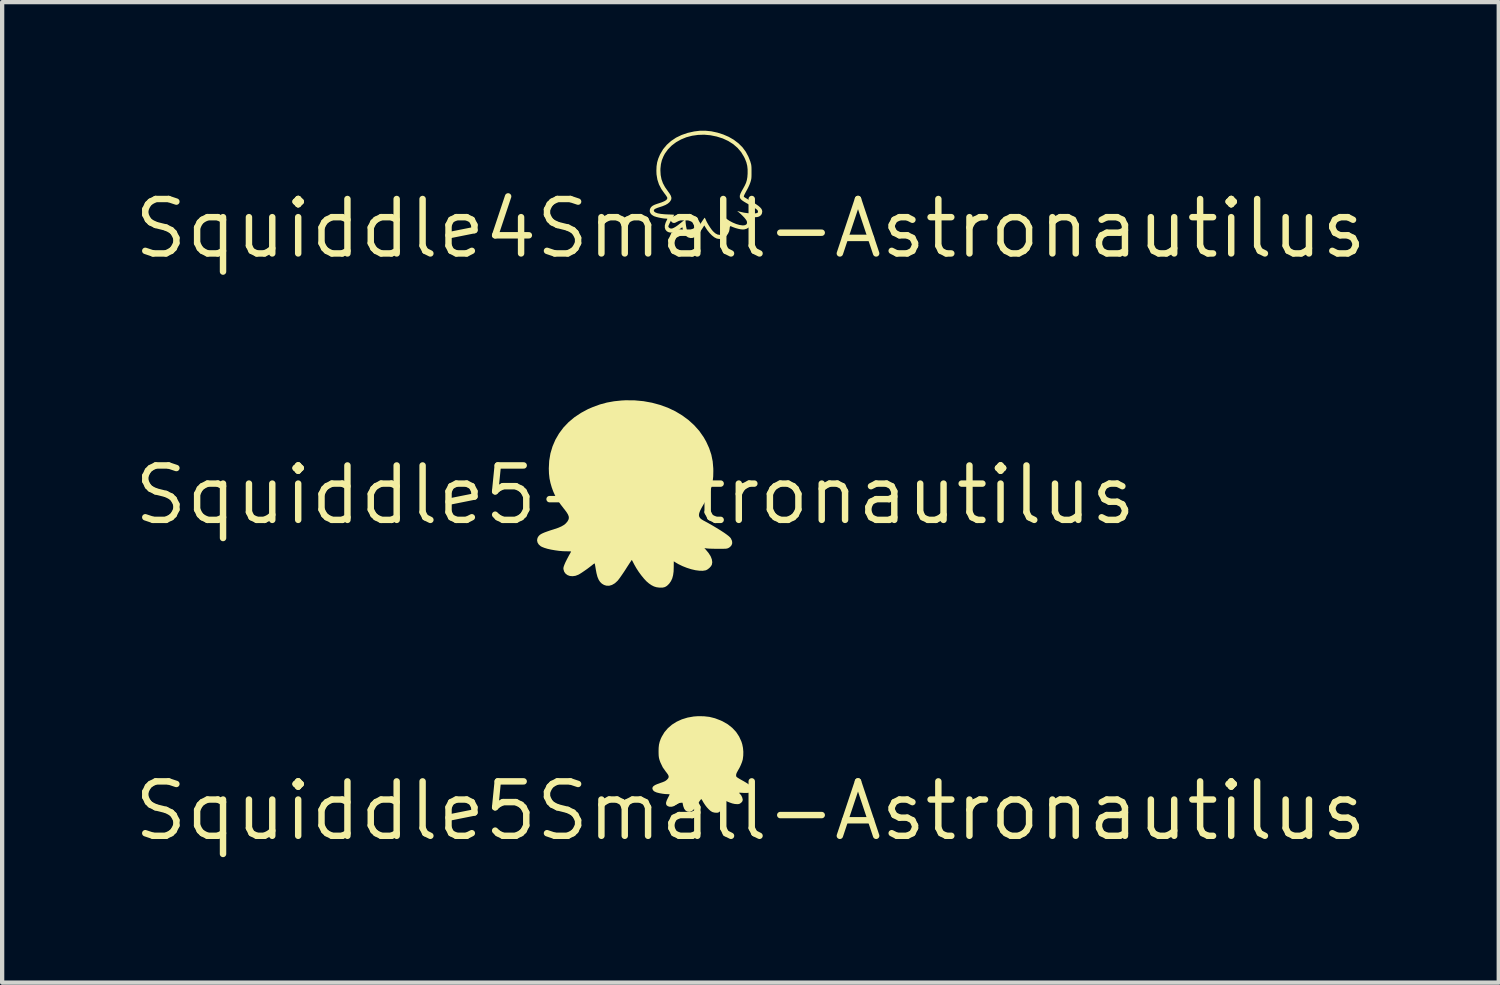
<source format=kicad_pcb>
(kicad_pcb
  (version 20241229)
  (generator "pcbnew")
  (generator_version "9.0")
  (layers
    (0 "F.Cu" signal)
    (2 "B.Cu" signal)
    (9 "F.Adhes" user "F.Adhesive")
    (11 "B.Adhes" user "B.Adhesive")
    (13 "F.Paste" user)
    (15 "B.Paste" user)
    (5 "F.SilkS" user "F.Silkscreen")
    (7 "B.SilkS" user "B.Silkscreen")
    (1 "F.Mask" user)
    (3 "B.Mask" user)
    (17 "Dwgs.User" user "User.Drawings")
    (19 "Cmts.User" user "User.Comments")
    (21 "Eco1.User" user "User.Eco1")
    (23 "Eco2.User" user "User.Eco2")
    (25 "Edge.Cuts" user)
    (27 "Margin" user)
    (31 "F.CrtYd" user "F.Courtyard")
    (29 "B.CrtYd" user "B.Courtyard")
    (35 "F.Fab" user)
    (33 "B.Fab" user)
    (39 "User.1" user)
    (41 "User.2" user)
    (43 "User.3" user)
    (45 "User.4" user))
  (footprint "Squiddle5-Astronautilus"
    (layer "F.Cu")
    (at 11.77 8.501)
    (property "Reference" "Squiddle5-Astronautilus" (at 0 0 0) (layer "F.SilkS") (effects (font (size 1.27 1.27) (thickness 0.15))))
    (attr board_only exclude_from_pos_files exclude_from_bom)
    (fp_poly (pts (xy -0.011 -2.209) (xy 0.194 -2.19) (xy 0.393 -2.154) (xy 0.584 -2.102) (xy 0.766 -2.036) (xy 0.938 -1.954) (xy 1.098 -1.858) (xy 1.246 -1.749) (xy 1.379 -1.628) (xy 1.498 -1.494) (xy 1.6 -1.348) (xy 1.657 -1.248) (xy 1.727 -1.095) (xy 1.778 -0.942) (xy 1.81 -0.785) (xy 1.824 -0.62) (xy 1.825 -0.561) (xy 1.822 -0.431) (xy 1.809 -0.311) (xy 1.785 -0.198) (xy 1.75 -0.086) (xy 1.701 0.027) (xy 1.639 0.148) (xy 1.596 0.22) (xy 1.549 0.302) (xy 1.516 0.368) (xy 1.496 0.423) (xy 1.489 0.469) (xy 1.496 0.506) (xy 1.516 0.539) (xy 1.55 0.568) (xy 1.598 0.597) (xy 1.603 0.599) (xy 1.699 0.651) (xy 1.801 0.709) (xy 1.903 0.77) (xy 1.999 0.829) (xy 2.08 0.882) (xy 2.139 0.924) (xy 2.183 0.958) (xy 2.214 0.987) (xy 2.235 1.013) (xy 2.236 1.016) (xy 2.261 1.071) (xy 2.266 1.123) (xy 2.251 1.17) (xy 2.216 1.211) (xy 2.188 1.23) (xy 2.172 1.239) (xy 2.156 1.245) (xy 2.136 1.25) (xy 2.11 1.253) (xy 2.073 1.254) (xy 2.023 1.255) (xy 1.955 1.255) (xy 1.944 1.255) (xy 1.875 1.255) (xy 1.81 1.253) (xy 1.752 1.252) (xy 1.706 1.249) (xy 1.679 1.247) (xy 1.616 1.239) (xy 1.648 1.273) (xy 1.714 1.353) (xy 1.762 1.429) (xy 1.79 1.5) (xy 1.8 1.567) (xy 1.791 1.624) (xy 1.771 1.66) (xy 1.737 1.698) (xy 1.697 1.731) (xy 1.656 1.754) (xy 1.646 1.757) (xy 1.578 1.768) (xy 1.497 1.766) (xy 1.406 1.754) (xy 1.308 1.731) (xy 1.207 1.699) (xy 1.106 1.659) (xy 1.009 1.612) (xy 0.941 1.572) (xy 0.902 1.547) (xy 0.901 1.678) (xy 0.898 1.783) (xy 0.886 1.872) (xy 0.866 1.946) (xy 0.836 2.01) (xy 0.796 2.067) (xy 0.787 2.077) (xy 0.742 2.12) (xy 0.696 2.147) (xy 0.644 2.16) (xy 0.58 2.161) (xy 0.561 2.16) (xy 0.496 2.151) (xy 0.439 2.133) (xy 0.382 2.104) (xy 0.321 2.062) (xy 0.266 2.015) (xy 0.207 1.952) (xy 0.145 1.876) (xy 0.084 1.793) (xy 0.027 1.705) (xy -0.023 1.617) (xy -0.033 1.597) (xy -0.052 1.56) (xy -0.067 1.532) (xy -0.076 1.516) (xy -0.078 1.515) (xy -0.084 1.523) (xy -0.1 1.547) (xy -0.125 1.584) (xy -0.156 1.632) (xy -0.192 1.687) (xy -0.218 1.729) (xy -0.26 1.793) (xy -0.302 1.855) (xy -0.341 1.911) (xy -0.375 1.958) (xy -0.402 1.992) (xy -0.411 2.003) (xy -0.474 2.06) (xy -0.54 2.098) (xy -0.606 2.117) (xy -0.672 2.115) (xy -0.726 2.098) (xy -0.776 2.068) (xy -0.817 2.028) (xy -0.851 1.976) (xy -0.879 1.909) (xy -0.901 1.825) (xy -0.916 1.746) (xy -0.924 1.698) (xy -0.931 1.655) (xy -0.937 1.624) (xy -0.939 1.612) (xy -0.942 1.6) (xy -0.948 1.597) (xy -0.962 1.604) (xy -0.986 1.622) (xy -1.004 1.637) (xy -1.061 1.681) (xy -1.122 1.727) (xy -1.184 1.77) (xy -1.241 1.809) (xy -1.29 1.84) (xy -1.323 1.859) (xy -1.392 1.885) (xy -1.459 1.894) (xy -1.522 1.889) (xy -1.577 1.869) (xy -1.622 1.836) (xy -1.654 1.792) (xy -1.671 1.737) (xy -1.674 1.707) (xy -1.668 1.676) (xy -1.652 1.63) (xy -1.627 1.571) (xy -1.593 1.503) (xy -1.553 1.427) (xy -1.532 1.389) (xy -1.513 1.356) (xy -1.5 1.331) (xy -1.494 1.318) (xy -1.493 1.318) (xy -1.503 1.316) (xy -1.529 1.314) (xy -1.567 1.314) (xy -1.584 1.313) (xy -1.677 1.311) (xy -1.773 1.303) (xy -1.868 1.29) (xy -1.96 1.274) (xy -2.045 1.255) (xy -2.117 1.233) (xy -2.175 1.21) (xy -2.204 1.194) (xy -2.25 1.153) (xy -2.278 1.106) (xy -2.288 1.055) (xy -2.278 1.003) (xy -2.261 0.972) (xy -2.244 0.95) (xy -2.224 0.931) (xy -2.197 0.912) (xy -2.162 0.894) (xy -2.116 0.874) (xy -2.056 0.852) (xy -1.981 0.826) (xy -1.889 0.797) (xy -1.881 0.794) (xy -1.792 0.764) (xy -1.721 0.733) (xy -1.664 0.7) (xy -1.619 0.664) (xy -1.583 0.622) (xy -1.576 0.612) (xy -1.555 0.574) (xy -1.546 0.536) (xy -1.55 0.497) (xy -1.568 0.452) (xy -1.6 0.4) (xy -1.647 0.337) (xy -1.662 0.319) (xy -1.742 0.215) (xy -1.808 0.118) (xy -1.862 0.024) (xy -1.907 -0.074) (xy -1.944 -0.173) (xy -1.976 -0.283) (xy -1.998 -0.389) (xy -2.01 -0.499) (xy -2.014 -0.62) (xy -2.005 -0.799) (xy -1.976 -0.971) (xy -1.927 -1.135) (xy -1.86 -1.291) (xy -1.775 -1.437) (xy -1.673 -1.574) (xy -1.553 -1.7) (xy -1.417 -1.814) (xy -1.264 -1.916) (xy -1.097 -2.006) (xy -0.984 -2.054) (xy -0.82 -2.114) (xy -0.657 -2.158) (xy -0.49 -2.188) (xy -0.314 -2.206) (xy -0.222 -2.211)) (stroke (width 0) (type solid)) (fill yes) (layer "F.SilkS")))
  (footprint "Squiddle5Small-Astronautilus"
    (layer "F.Cu")
    (at 14.461 15.873)
    (property "Reference" "Squiddle5Small-Astronautilus" (at 0 0 0) (layer "F.SilkS") (effects (font (size 1.27 1.27) (thickness 0.15))))
    (attr board_only exclude_from_pos_files exclude_from_bom)
    (fp_poly (pts (xy -1.089 -2.21) (xy -0.956 -2.195) (xy -0.828 -2.163) (xy -0.7 -2.114) (xy -0.651 -2.092) (xy -0.529 -2.022) (xy -0.424 -1.939) (xy -0.335 -1.844) (xy -0.264 -1.736) (xy -0.21 -1.617) (xy -0.19 -1.552) (xy -0.174 -1.471) (xy -0.166 -1.381) (xy -0.168 -1.291) (xy -0.178 -1.209) (xy -0.179 -1.202) (xy -0.197 -1.141) (xy -0.225 -1.071) (xy -0.259 -1) (xy -0.295 -0.938) (xy -0.324 -0.883) (xy -0.336 -0.838) (xy -0.33 -0.804) (xy -0.323 -0.794) (xy -0.305 -0.78) (xy -0.274 -0.76) (xy -0.235 -0.737) (xy -0.215 -0.726) (xy -0.152 -0.691) (xy -0.092 -0.655) (xy -0.038 -0.619) (xy 0.005 -0.587) (xy 0.036 -0.561) (xy 0.043 -0.553) (xy 0.06 -0.517) (xy 0.061 -0.481) (xy 0.044 -0.451) (xy 0.042 -0.45) (xy 0.014 -0.436) (xy -0.029 -0.426) (xy -0.085 -0.42) (xy -0.149 -0.42) (xy -0.19 -0.423) (xy -0.226 -0.425) (xy -0.253 -0.426) (xy -0.265 -0.423) (xy -0.265 -0.423) (xy -0.258 -0.412) (xy -0.242 -0.396) (xy -0.214 -0.361) (xy -0.192 -0.315) (xy -0.181 -0.271) (xy -0.18 -0.261) (xy -0.185 -0.233) (xy -0.201 -0.208) (xy -0.218 -0.192) (xy -0.246 -0.171) (xy -0.274 -0.161) (xy -0.308 -0.159) (xy -0.366 -0.163) (xy -0.425 -0.176) (xy -0.491 -0.199) (xy -0.55 -0.224) (xy -0.588 -0.242) (xy -0.619 -0.256) (xy -0.637 -0.264) (xy -0.64 -0.265) (xy -0.64 -0.255) (xy -0.642 -0.229) (xy -0.643 -0.193) (xy -0.643 -0.185) (xy -0.652 -0.104) (xy -0.676 -0.039) (xy -0.713 0.011) (xy -0.716 0.014) (xy -0.741 0.033) (xy -0.769 0.041) (xy -0.8 0.042) (xy -0.842 0.038) (xy -0.883 0.027) (xy -0.895 0.022) (xy -0.931 -0.000308) (xy -0.972 -0.037) (xy -1.016 -0.084) (xy -1.056 -0.136) (xy -1.091 -0.189) (xy -1.092 -0.19) (xy -1.112 -0.225) (xy -1.129 -0.255) (xy -1.139 -0.271) (xy -1.146 -0.275) (xy -1.155 -0.27) (xy -1.17 -0.253) (xy -1.192 -0.222) (xy -1.222 -0.176) (xy -1.233 -0.16) (xy -1.278 -0.093) (xy -1.315 -0.044) (xy -1.349 -0.011) (xy -1.38 0.01) (xy -1.411 0.02) (xy -1.43 0.021) (xy -1.477 0.013) (xy -1.516 -0.011) (xy -1.546 -0.052) (xy -1.568 -0.112) (xy -1.581 -0.173) (xy -1.593 -0.251) (xy -1.673 -0.191) (xy -1.712 -0.162) (xy -1.75 -0.136) (xy -1.779 -0.117) (xy -1.787 -0.113) (xy -1.836 -0.098) (xy -1.888 -0.098) (xy -1.927 -0.111) (xy -1.956 -0.133) (xy -1.969 -0.162) (xy -1.968 -0.201) (xy -1.951 -0.251) (xy -1.928 -0.299) (xy -1.909 -0.336) (xy -1.894 -0.366) (xy -1.886 -0.383) (xy -1.885 -0.386) (xy -1.895 -0.389) (xy -1.919 -0.392) (xy -1.932 -0.392) (xy -1.991 -0.395) (xy -2.057 -0.403) (xy -2.123 -0.415) (xy -2.179 -0.429) (xy -2.2 -0.436) (xy -2.248 -0.459) (xy -2.276 -0.488) (xy -2.288 -0.523) (xy -2.288 -0.531) (xy -2.281 -0.557) (xy -2.261 -0.581) (xy -2.224 -0.605) (xy -2.17 -0.629) (xy -2.106 -0.652) (xy -2.048 -0.672) (xy -2.007 -0.689) (xy -1.977 -0.706) (xy -1.953 -0.725) (xy -1.946 -0.731) (xy -1.92 -0.761) (xy -1.908 -0.789) (xy -1.91 -0.818) (xy -1.927 -0.853) (xy -1.959 -0.897) (xy -1.972 -0.913) (xy -2.046 -1.017) (xy -2.101 -1.132) (xy -2.115 -1.17) (xy -2.128 -1.211) (xy -2.136 -1.247) (xy -2.141 -1.286) (xy -2.143 -1.334) (xy -2.144 -1.388) (xy -2.142 -1.474) (xy -2.134 -1.548) (xy -2.118 -1.614) (xy -2.094 -1.681) (xy -2.07 -1.732) (xy -2.007 -1.837) (xy -1.927 -1.931) (xy -1.831 -2.014) (xy -1.721 -2.083) (xy -1.6 -2.138) (xy -1.467 -2.179) (xy -1.325 -2.204) (xy -1.233 -2.211)) (stroke (width 0) (type solid)) (fill yes) (layer "F.SilkS")))
  (footprint "Squiddle4Small-Astronautilus"
    (layer "F.Cu")
    (at 14.461 2.284)
    (property "Reference" "Squiddle4Small-Astronautilus" (at 0 0 0) (layer "F.SilkS") (effects (font (size 1.27 1.27) (thickness 0.15))))
    (attr board_only exclude_from_pos_files exclude_from_bom)
    (fp_poly (pts (xy -0.913 -2.27) (xy -0.773 -2.24) (xy -0.637 -2.197) (xy -0.509 -2.142) (xy -0.394 -2.076) (xy -0.392 -2.075) (xy -0.28 -1.99) (xy -0.186 -1.897) (xy -0.109 -1.793) (xy -0.047 -1.677) (xy -0.004 -1.568) (xy 0.007 -1.53) (xy 0.016 -1.498) (xy 0.021 -1.466) (xy 0.024 -1.429) (xy 0.025 -1.38) (xy 0.025 -1.319) (xy 0.025 -1.255) (xy 0.024 -1.207) (xy 0.021 -1.17) (xy 0.015 -1.138) (xy 0.007 -1.107) (xy -0.003 -1.075) (xy -0.023 -1.022) (xy -0.049 -0.965) (xy -0.074 -0.916) (xy -0.074 -0.916) (xy -0.112 -0.847) (xy -0.139 -0.795) (xy -0.153 -0.761) (xy -0.154 -0.743) (xy -0.154 -0.742) (xy -0.143 -0.734) (xy -0.117 -0.717) (xy -0.08 -0.695) (xy -0.035 -0.668) (xy -0.024 -0.662) (xy 0.063 -0.611) (xy 0.132 -0.568) (xy 0.186 -0.53) (xy 0.225 -0.496) (xy 0.252 -0.466) (xy 0.268 -0.436) (xy 0.275 -0.406) (xy 0.275 -0.392) (xy 0.267 -0.35) (xy 0.253 -0.324) (xy 0.227 -0.297) (xy 0.197 -0.28) (xy 0.157 -0.269) (xy 0.103 -0.265) (xy 0.075 -0.265) (xy 0.033 -0.264) (xy -0.000125 -0.263) (xy -0.019 -0.26) (xy -0.021 -0.259) (xy -0.017 -0.247) (xy -0.006 -0.224) (xy -0.004 -0.221) (xy 0.011 -0.172) (xy 0.011 -0.119) (xy -0.002 -0.07) (xy -0.007 -0.062) (xy -0.039 -0.026) (xy -0.085 0.002) (xy -0.14 0.018) (xy -0.175 0.021) (xy -0.224 0.017) (xy -0.285 0.005) (xy -0.349 -0.013) (xy -0.41 -0.035) (xy -0.424 -0.041) (xy -0.452 -0.053) (xy -0.468 -0.057) (xy -0.475 -0.051) (xy -0.479 -0.045) (xy -0.484 -0.022) (xy -0.487 0.009) (xy -0.487 0.011) (xy -0.497 0.062) (xy -0.522 0.117) (xy -0.557 0.167) (xy -0.6 0.208) (xy -0.643 0.234) (xy -0.68 0.241) (xy -0.727 0.242) (xy -0.773 0.235) (xy -0.789 0.231) (xy -0.842 0.204) (xy -0.898 0.16) (xy -0.954 0.103) (xy -1.008 0.036) (xy -1.05 -0.029) (xy -1.077 -0.074) (xy -1.129 0.008) (xy -1.186 0.091) (xy -1.241 0.153) (xy -1.294 0.195) (xy -1.346 0.217) (xy -1.399 0.221) (xy -1.452 0.206) (xy -1.462 0.201) (xy -1.504 0.171) (xy -1.537 0.127) (xy -1.564 0.067) (xy -1.583 -0.003) (xy -1.589 -0.032) (xy -1.657 0.016) (xy -1.715 0.054) (xy -1.763 0.079) (xy -1.806 0.092) (xy -1.844 0.095) (xy -1.903 0.087) (xy -1.95 0.064) (xy -1.982 0.027) (xy -1.998 -0.02) (xy -1.998 -0.075) (xy -1.98 -0.137) (xy -1.97 -0.159) (xy -1.954 -0.192) (xy -1.943 -0.216) (xy -1.938 -0.227) (xy -1.948 -0.231) (xy -1.97 -0.233) (xy -1.974 -0.233) (xy -2.019 -0.236) (xy -2.076 -0.245) (xy -2.137 -0.257) (xy -2.194 -0.271) (xy -2.24 -0.286) (xy -2.253 -0.291) (xy -2.303 -0.322) (xy -2.336 -0.362) (xy -2.35 -0.406) (xy -2.348 -0.425) (xy -2.256 -0.425) (xy -2.246 -0.397) (xy -2.215 -0.375) (xy -2.163 -0.356) (xy -2.091 -0.343) (xy -1.998 -0.334) (xy -1.936 -0.331) (xy -1.881 -0.329) (xy -1.835 -0.327) (xy -1.8 -0.325) (xy -1.782 -0.323) (xy -1.779 -0.322) (xy -1.784 -0.312) (xy -1.797 -0.289) (xy -1.812 -0.264) (xy -1.837 -0.22) (xy -1.861 -0.174) (xy -1.884 -0.13) (xy -1.902 -0.091) (xy -1.914 -0.063) (xy -1.917 -0.051) (xy -1.908 -0.029) (xy -1.885 -0.01) (xy -1.856 -0.000208) (xy -1.852 0) (xy -1.823 -0.004) (xy -1.789 -0.018) (xy -1.747 -0.042) (xy -1.695 -0.078) (xy -1.632 -0.128) (xy -1.625 -0.133) (xy -1.515 -0.223) (xy -1.515 -0.178) (xy -1.511 -0.124) (xy -1.503 -0.061) (xy -1.49 0.004) (xy -1.483 0.032) (xy -1.464 0.077) (xy -1.436 0.11) (xy -1.403 0.126) (xy -1.391 0.127) (xy -1.366 0.124) (xy -1.343 0.115) (xy -1.319 0.097) (xy -1.291 0.068) (xy -1.259 0.026) (xy -1.22 -0.03) (xy -1.185 -0.083) (xy -1.151 -0.136) (xy -1.12 -0.183) (xy -1.095 -0.219) (xy -1.077 -0.244) (xy -1.069 -0.254) (xy -1.068 -0.254) (xy -1.061 -0.245) (xy -1.049 -0.222) (xy -1.039 -0.198) (xy -1.015 -0.148) (xy -0.982 -0.09) (xy -0.943 -0.029) (xy -0.904 0.026) (xy -0.873 0.063) (xy -0.82 0.111) (xy -0.767 0.139) (xy -0.714 0.147) (xy -0.663 0.135) (xy -0.655 0.132) (xy -0.624 0.104) (xy -0.601 0.06) (xy -0.585 0.001) (xy -0.578 -0.069) (xy -0.58 -0.148) (xy -0.586 -0.2) (xy -0.594 -0.257) (xy -0.554 -0.225) (xy -0.488 -0.18) (xy -0.412 -0.14) (xy -0.333 -0.107) (xy -0.257 -0.085) (xy -0.188 -0.075) (xy -0.174 -0.074) (xy -0.126 -0.08) (xy -0.094 -0.099) (xy -0.079 -0.127) (xy -0.083 -0.165) (xy -0.09 -0.184) (xy -0.11 -0.215) (xy -0.141 -0.254) (xy -0.182 -0.297) (xy -0.226 -0.34) (xy -0.263 -0.372) (xy -0.31 -0.41) (xy -0.214 -0.386) (xy -0.147 -0.371) (xy -0.074 -0.361) (xy -0.002 -0.354) (xy 0.064 -0.352) (xy 0.117 -0.356) (xy 0.127 -0.357) (xy 0.156 -0.364) (xy 0.17 -0.373) (xy 0.175 -0.389) (xy 0.175 -0.397) (xy 0.172 -0.415) (xy 0.163 -0.431) (xy 0.143 -0.449) (xy 0.11 -0.473) (xy 0.101 -0.479) (xy 0.059 -0.506) (xy 0.006 -0.538) (xy -0.049 -0.57) (xy -0.082 -0.588) (xy -0.15 -0.628) (xy -0.2 -0.662) (xy -0.233 -0.695) (xy -0.248 -0.73) (xy -0.248 -0.769) (xy -0.233 -0.817) (xy -0.204 -0.875) (xy -0.174 -0.927) (xy -0.133 -1.002) (xy -0.103 -1.068) (xy -0.084 -1.132) (xy -0.072 -1.201) (xy -0.066 -1.282) (xy -0.066 -1.283) (xy -0.066 -1.38) (xy -0.075 -1.465) (xy -0.095 -1.545) (xy -0.127 -1.627) (xy -0.149 -1.672) (xy -0.216 -1.783) (xy -0.3 -1.882) (xy -0.4 -1.969) (xy -0.516 -2.043) (xy -0.645 -2.103) (xy -0.787 -2.148) (xy -0.934 -2.178) (xy -1.08 -2.191) (xy -1.224 -2.186) (xy -1.364 -2.166) (xy -1.496 -2.131) (xy -1.62 -2.08) (xy -1.734 -2.016) (xy -1.836 -1.939) (xy -1.924 -1.85) (xy -1.996 -1.75) (xy -2.028 -1.69) (xy -2.066 -1.598) (xy -2.089 -1.504) (xy -2.1 -1.402) (xy -2.101 -1.356) (xy -2.095 -1.25) (xy -2.076 -1.153) (xy -2.043 -1.06) (xy -1.993 -0.967) (xy -1.927 -0.873) (xy -1.885 -0.814) (xy -1.857 -0.765) (xy -1.845 -0.724) (xy -1.846 -0.688) (xy -1.862 -0.653) (xy -1.887 -0.619) (xy -1.928 -0.583) (xy -1.983 -0.551) (xy -2.054 -0.522) (xy -2.097 -0.508) (xy -2.168 -0.485) (xy -2.219 -0.463) (xy -2.248 -0.442) (xy -2.256 -0.425) (xy -2.348 -0.425) (xy -2.345 -0.453) (xy -2.331 -0.483) (xy -2.309 -0.511) (xy -2.277 -0.536) (xy -2.232 -0.558) (xy -2.17 -0.58) (xy -2.145 -0.588) (xy -2.067 -0.614) (xy -2.009 -0.639) (xy -1.969 -0.663) (xy -1.946 -0.688) (xy -1.939 -0.714) (xy -1.939 -0.714) (xy -1.945 -0.732) (xy -1.962 -0.76) (xy -1.987 -0.796) (xy -2.003 -0.816) (xy -2.079 -0.923) (xy -2.135 -1.031) (xy -2.172 -1.145) (xy -2.192 -1.266) (xy -2.195 -1.351) (xy -2.191 -1.453) (xy -2.177 -1.545) (xy -2.151 -1.633) (xy -2.112 -1.725) (xy -2.103 -1.742) (xy -2.036 -1.855) (xy -1.951 -1.956) (xy -1.851 -2.045) (xy -1.736 -2.122) (xy -1.607 -2.184) (xy -1.465 -2.233) (xy -1.312 -2.267) (xy -1.181 -2.283) (xy -1.05 -2.284)) (stroke (width 0) (type solid)) (fill yes) (layer "F.SilkS")))
  (gr_rect
    (start -3 -3)
    (end 31.922 19.879)
    (stroke (width 0.1) (type default))
    (fill no)
    (layer "Edge.Cuts")))
</source>
